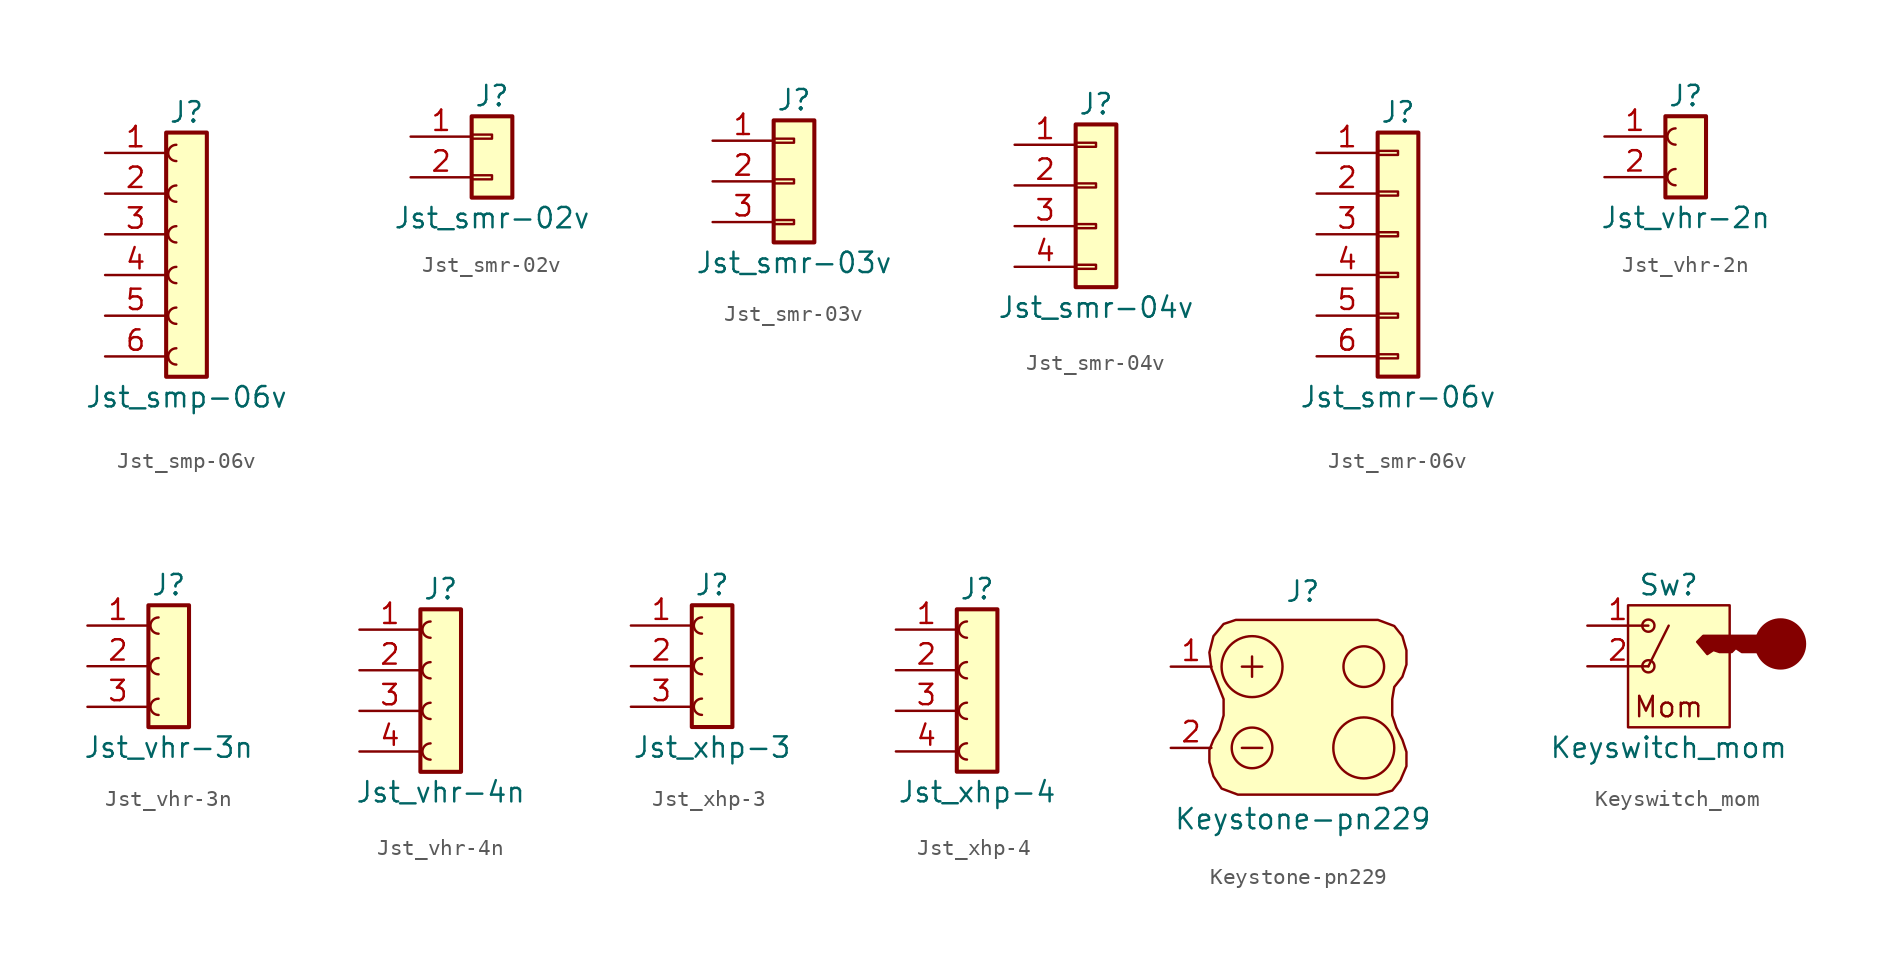
<source format=kicad_sym>
(kicad_symbol_lib
  (version 20220914)
  (generator kicad_symbol_editor)
  (symbol "Jst_smp-06v"
    (pin_names
      (offset 1.016) hide)
    (property "Reference" "J"
      (at 0 8.89 0)
      (effects (font (size 1.27 1.27))))
    (property "Value" "Jst_smp-06v"
      (at 0 -8.89 0)
      (effects (font (size 1.27 1.27))))
    (symbol "Jst_smp-06v_1_1"
      (rectangle (start -1.27 7.62) (end 1.27 -7.62) (stroke (width 0.254) (type default)) (fill (type background)))
      (arc (start -0.635 -5.842) (mid -1.1408 -6.35) (end -0.635 -6.858) (stroke (width 0) (type default)) (fill (type none)))
      (arc (start -0.635 -3.302) (mid -1.1408 -3.81) (end -0.635 -4.318) (stroke (width 0) (type default)) (fill (type none)))
      (arc (start -0.635 -0.762) (mid -1.1408 -1.27) (end -0.635 -1.778) (stroke (width 0) (type default)) (fill (type none)))
      (arc (start -0.635 1.778) (mid -1.1408 1.27) (end -0.635 0.762) (stroke (width 0) (type default)) (fill (type none)))
      (arc (start -0.635 4.318) (mid -1.1408 3.81) (end -0.635 3.302) (stroke (width 0) (type default)) (fill (type none)))
      (arc (start -0.635 6.858) (mid -1.1408 6.35) (end -0.635 5.842) (stroke (width 0) (type default)) (fill (type none)))
      (pin passive line (at -5.08 6.35 0) (length 3.81) (name "Pin_1" (effects (font (size 1.27 1.27)))) (number "1" (effects (font (size 1.27 1.27)))))
      (pin passive line (at -5.08 3.81 0) (length 3.81) (name "Pin_2" (effects (font (size 1.27 1.27)))) (number "2" (effects (font (size 1.27 1.27)))))
      (pin passive line (at -5.08 1.27 0) (length 3.81) (name "Pin_3" (effects (font (size 1.27 1.27)))) (number "3" (effects (font (size 1.27 1.27)))))
      (pin passive line (at -5.08 -1.27 0) (length 3.81) (name "Pin_4" (effects (font (size 1.27 1.27)))) (number "4" (effects (font (size 1.27 1.27)))))
      (pin passive line (at -5.08 -3.81 0) (length 3.81) (name "Pin_5" (effects (font (size 1.27 1.27)))) (number "5" (effects (font (size 1.27 1.27)))))
      (pin passive line (at -5.08 -6.35 0) (length 3.81) (name "Pin_6" (effects (font (size 1.27 1.27)))) (number "6" (effects (font (size 1.27 1.27)))))))
  (symbol "Jst_smr-02v"
    (pin_names
      (offset 1.016) hide)
    (property "Reference" "J"
      (at 0 5.08 0)
      (effects (font (size 1.27 1.27))))
    (property "Value" "Jst_smr-02v"
      (at 0 -2.54 0)
      (effects (font (size 1.27 1.27))))
    (symbol "Jst_smr-02v_1_1"
      (rectangle (start -1.27 0.127) (end 0 -0.127) (stroke (width 0.152) (type default)) (fill (type none)))
      (rectangle (start -1.27 2.667) (end 0 2.413) (stroke (width 0.152) (type default)) (fill (type none)))
      (rectangle (start -1.27 3.81) (end 1.27 -1.27) (stroke (width 0.254) (type default)) (fill (type background)))
      (pin passive line (at -5.08 2.54 0) (length 3.81) (name "Pin_1" (effects (font (size 1.27 1.27)))) (number "1" (effects (font (size 1.27 1.27)))))
      (pin passive line (at -5.08 0 0) (length 3.81) (name "Pin_2" (effects (font (size 1.27 1.27)))) (number "2" (effects (font (size 1.27 1.27)))))))
  (symbol "Jst_smr-03v"
    (pin_names
      (offset 1.016) hide)
    (property "Reference" "J"
      (at 0 5.08 0)
      (effects (font (size 1.27 1.27))))
    (property "Value" "Jst_smr-03v"
      (at 0 -5.08 0)
      (effects (font (size 1.27 1.27))))
    (symbol "Jst_smr-03v_1_1"
      (rectangle (start -1.27 -2.413) (end 0 -2.667) (stroke (width 0.152) (type default)) (fill (type none)))
      (rectangle (start -1.27 0.127) (end 0 -0.127) (stroke (width 0.152) (type default)) (fill (type none)))
      (rectangle (start -1.27 2.667) (end 0 2.413) (stroke (width 0.152) (type default)) (fill (type none)))
      (rectangle (start -1.27 3.81) (end 1.27 -3.81) (stroke (width 0.254) (type default)) (fill (type background)))
      (pin passive line (at -5.08 2.54 0) (length 3.81) (name "Pin_1" (effects (font (size 1.27 1.27)))) (number "1" (effects (font (size 1.27 1.27)))))
      (pin passive line (at -5.08 0 0) (length 3.81) (name "Pin_2" (effects (font (size 1.27 1.27)))) (number "2" (effects (font (size 1.27 1.27)))))
      (pin passive line (at -5.08 -2.54 0) (length 3.81) (name "Pin_3" (effects (font (size 1.27 1.27)))) (number "3" (effects (font (size 1.27 1.27)))))))
  (symbol "Jst_smr-04v"
    (pin_names
      (offset 1.016) hide)
    (property "Reference" "J"
      (at 0 6.35 0)
      (effects (font (size 1.27 1.27))))
    (property "Value" "Jst_smr-04v"
      (at 0 -6.35 0)
      (effects (font (size 1.27 1.27))))
    (symbol "Jst_smr-04v_1_1"
      (rectangle (start -1.27 -3.683) (end 0 -3.937) (stroke (width 0.152) (type default)) (fill (type none)))
      (rectangle (start -1.27 -1.143) (end 0 -1.397) (stroke (width 0.152) (type default)) (fill (type none)))
      (rectangle (start -1.27 1.397) (end 0 1.143) (stroke (width 0.152) (type default)) (fill (type none)))
      (rectangle (start -1.27 3.937) (end 0 3.683) (stroke (width 0.152) (type default)) (fill (type none)))
      (rectangle (start -1.27 5.08) (end 1.27 -5.08) (stroke (width 0.254) (type default)) (fill (type background)))
      (pin passive line (at -5.08 3.81 0) (length 3.81) (name "Pin_1" (effects (font (size 1.27 1.27)))) (number "1" (effects (font (size 1.27 1.27)))))
      (pin passive line (at -5.08 1.27 0) (length 3.81) (name "Pin_2" (effects (font (size 1.27 1.27)))) (number "2" (effects (font (size 1.27 1.27)))))
      (pin passive line (at -5.08 -1.27 0) (length 3.81) (name "Pin_3" (effects (font (size 1.27 1.27)))) (number "3" (effects (font (size 1.27 1.27)))))
      (pin passive line (at -5.08 -3.81 0) (length 3.81) (name "Pin_4" (effects (font (size 1.27 1.27)))) (number "4" (effects (font (size 1.27 1.27)))))))
  (symbol "Jst_smr-06v"
    (pin_names
      (offset 1.016) hide)
    (property "Reference" "J"
      (at 0 8.89 0)
      (effects (font (size 1.27 1.27))))
    (property "Value" "Jst_smr-06v"
      (at 0 -8.89 0)
      (effects (font (size 1.27 1.27))))
    (symbol "Jst_smr-06v_1_1"
      (rectangle (start -1.27 -6.223) (end 0 -6.477) (stroke (width 0.152) (type default)) (fill (type none)))
      (rectangle (start -1.27 -3.683) (end 0 -3.937) (stroke (width 0.152) (type default)) (fill (type none)))
      (rectangle (start -1.27 -1.143) (end 0 -1.397) (stroke (width 0.152) (type default)) (fill (type none)))
      (rectangle (start -1.27 1.397) (end 0 1.143) (stroke (width 0.152) (type default)) (fill (type none)))
      (rectangle (start -1.27 3.937) (end 0 3.683) (stroke (width 0.152) (type default)) (fill (type none)))
      (rectangle (start -1.27 6.477) (end 0 6.223) (stroke (width 0.152) (type default)) (fill (type none)))
      (rectangle (start -1.27 7.62) (end 1.27 -7.62) (stroke (width 0.254) (type default)) (fill (type background)))
      (pin passive line (at -5.08 6.35 0) (length 3.81) (name "Pin_1" (effects (font (size 1.27 1.27)))) (number "1" (effects (font (size 1.27 1.27)))))
      (pin passive line (at -5.08 3.81 0) (length 3.81) (name "Pin_2" (effects (font (size 1.27 1.27)))) (number "2" (effects (font (size 1.27 1.27)))))
      (pin passive line (at -5.08 1.27 0) (length 3.81) (name "Pin_3" (effects (font (size 1.27 1.27)))) (number "3" (effects (font (size 1.27 1.27)))))
      (pin passive line (at -5.08 -1.27 0) (length 3.81) (name "Pin_4" (effects (font (size 1.27 1.27)))) (number "4" (effects (font (size 1.27 1.27)))))
      (pin passive line (at -5.08 -3.81 0) (length 3.81) (name "Pin_5" (effects (font (size 1.27 1.27)))) (number "5" (effects (font (size 1.27 1.27)))))
      (pin passive line (at -5.08 -6.35 0) (length 3.81) (name "Pin_6" (effects (font (size 1.27 1.27)))) (number "6" (effects (font (size 1.27 1.27)))))))
  (symbol "Jst_vhr-2n"
    (pin_names
      (offset 1.016) hide)
    (property "Reference" "J"
      (at 0 5.08 0)
      (effects (font (size 1.27 1.27))))
    (property "Value" "Jst_vhr-2n"
      (at 0 -2.54 0)
      (effects (font (size 1.27 1.27))))
    (symbol "Jst_vhr-2n_1_1"
      (rectangle (start -1.27 3.81) (end 1.27 -1.27) (stroke (width 0.254) (type default)) (fill (type background)))
      (arc (start -0.635 0.508) (mid -1.1408 0) (end -0.635 -0.508) (stroke (width 0) (type default)) (fill (type none)))
      (arc (start -0.635 3.048) (mid -1.1408 2.54) (end -0.635 2.032) (stroke (width 0) (type default)) (fill (type none)))
      (pin passive line (at -5.08 2.54 0) (length 3.81) (name "Pin_1" (effects (font (size 1.27 1.27)))) (number "1" (effects (font (size 1.27 1.27)))))
      (pin passive line (at -5.08 0 0) (length 3.81) (name "Pin_2" (effects (font (size 1.27 1.27)))) (number "2" (effects (font (size 1.27 1.27)))))))
  (symbol "Jst_vhr-3n"
    (pin_names
      (offset 1.016) hide)
    (property "Reference" "J"
      (at 0 5.08 0)
      (effects (font (size 1.27 1.27))))
    (property "Value" "Jst_vhr-3n"
      (at 0 -5.08 0)
      (effects (font (size 1.27 1.27))))
    (symbol "Jst_vhr-3n_1_1"
      (rectangle (start -1.27 3.81) (end 1.27 -3.81) (stroke (width 0.254) (type default)) (fill (type background)))
      (arc (start -0.635 -2.032) (mid -1.1408 -2.54) (end -0.635 -3.048) (stroke (width 0) (type default)) (fill (type none)))
      (arc (start -0.635 0.508) (mid -1.1408 0) (end -0.635 -0.508) (stroke (width 0) (type default)) (fill (type none)))
      (arc (start -0.635 3.048) (mid -1.1408 2.54) (end -0.635 2.032) (stroke (width 0) (type default)) (fill (type none)))
      (pin passive line (at -5.08 2.54 0) (length 3.81) (name "Pin_1" (effects (font (size 1.27 1.27)))) (number "1" (effects (font (size 1.27 1.27)))))
      (pin passive line (at -5.08 0 0) (length 3.81) (name "Pin_2" (effects (font (size 1.27 1.27)))) (number "2" (effects (font (size 1.27 1.27)))))
      (pin passive line (at -5.08 -2.54 0) (length 3.81) (name "Pin_3" (effects (font (size 1.27 1.27)))) (number "3" (effects (font (size 1.27 1.27)))))))
  (symbol "Jst_vhr-4n"
    (pin_names
      (offset 1.016) hide)
    (property "Reference" "J"
      (at 0 5.08 0)
      (effects (font (size 1.27 1.27))))
    (property "Value" "Jst_vhr-4n"
      (at 0 -7.62 0)
      (effects (font (size 1.27 1.27))))
    (symbol "Jst_vhr-4n_1_1"
      (rectangle (start -1.27 3.81) (end 1.27 -6.35) (stroke (width 0.254) (type default)) (fill (type background)))
      (arc (start -0.635 -4.572) (mid -1.1408 -5.08) (end -0.635 -5.588) (stroke (width 0) (type default)) (fill (type none)))
      (arc (start -0.635 -2.032) (mid -1.1408 -2.54) (end -0.635 -3.048) (stroke (width 0) (type default)) (fill (type none)))
      (arc (start -0.635 0.508) (mid -1.1408 0) (end -0.635 -0.508) (stroke (width 0) (type default)) (fill (type none)))
      (arc (start -0.635 3.048) (mid -1.1408 2.54) (end -0.635 2.032) (stroke (width 0) (type default)) (fill (type none)))
      (pin passive line (at -5.08 2.54 0) (length 3.81) (name "Pin_1" (effects (font (size 1.27 1.27)))) (number "1" (effects (font (size 1.27 1.27)))))
      (pin passive line (at -5.08 0 0) (length 3.81) (name "Pin_2" (effects (font (size 1.27 1.27)))) (number "2" (effects (font (size 1.27 1.27)))))
      (pin passive line (at -5.08 -2.54 0) (length 3.81) (name "Pin_3" (effects (font (size 1.27 1.27)))) (number "3" (effects (font (size 1.27 1.27)))))
      (pin passive line (at -5.08 -5.08 0) (length 3.81) (name "Pin_4" (effects (font (size 1.27 1.27)))) (number "4" (effects (font (size 1.27 1.27)))))))
  (symbol "Jst_xhp-3"
    (pin_names
      (offset 1.016) hide)
    (property "Reference" "J"
      (at 0 5.08 0)
      (effects (font (size 1.27 1.27))))
    (property "Value" "Jst_xhp-3"
      (at 0 -5.08 0)
      (effects (font (size 1.27 1.27))))
    (symbol "Jst_xhp-3_1_1"
      (rectangle (start -1.27 3.81) (end 1.27 -3.81) (stroke (width 0.254) (type default)) (fill (type background)))
      (arc (start -0.635 -2.032) (mid -1.1408 -2.54) (end -0.635 -3.048) (stroke (width 0) (type default)) (fill (type none)))
      (arc (start -0.635 0.508) (mid -1.1408 0) (end -0.635 -0.508) (stroke (width 0) (type default)) (fill (type none)))
      (arc (start -0.635 3.048) (mid -1.1408 2.54) (end -0.635 2.032) (stroke (width 0) (type default)) (fill (type none)))
      (pin passive line (at -5.08 2.54 0) (length 3.81) (name "Pin_1" (effects (font (size 1.27 1.27)))) (number "1" (effects (font (size 1.27 1.27)))))
      (pin passive line (at -5.08 0 0) (length 3.81) (name "Pin_2" (effects (font (size 1.27 1.27)))) (number "2" (effects (font (size 1.27 1.27)))))
      (pin passive line (at -5.08 -2.54 0) (length 3.81) (name "Pin_3" (effects (font (size 1.27 1.27)))) (number "3" (effects (font (size 1.27 1.27)))))))
  (symbol "Jst_xhp-4"
    (pin_names
      (offset 1.016) hide)
    (property "Reference" "J"
      (at 0 6.35 0)
      (effects (font (size 1.27 1.27))))
    (property "Value" "Jst_xhp-4"
      (at 0 -6.35 0)
      (effects (font (size 1.27 1.27))))
    (symbol "Jst_xhp-4_1_1"
      (rectangle (start -1.27 5.08) (end 1.27 -5.08) (stroke (width 0.254) (type default)) (fill (type background)))
      (arc (start -0.635 -3.302) (mid -1.1408 -3.81) (end -0.635 -4.318) (stroke (width 0) (type default)) (fill (type none)))
      (arc (start -0.635 -0.762) (mid -1.1408 -1.27) (end -0.635 -1.778) (stroke (width 0) (type default)) (fill (type none)))
      (arc (start -0.635 1.778) (mid -1.1408 1.27) (end -0.635 0.762) (stroke (width 0) (type default)) (fill (type none)))
      (arc (start -0.635 4.318) (mid -1.1408 3.81) (end -0.635 3.302) (stroke (width 0) (type default)) (fill (type none)))
      (pin passive line (at -5.08 3.81 0) (length 3.81) (name "Pin_1" (effects (font (size 1.27 1.27)))) (number "1" (effects (font (size 1.27 1.27)))))
      (pin passive line (at -5.08 1.27 0) (length 3.81) (name "Pin_2" (effects (font (size 1.27 1.27)))) (number "2" (effects (font (size 1.27 1.27)))))
      (pin passive line (at -5.08 -1.27 0) (length 3.81) (name "Pin_3" (effects (font (size 1.27 1.27)))) (number "3" (effects (font (size 1.27 1.27)))))
      (pin passive line (at -5.08 -3.81 0) (length 3.81) (name "Pin_4" (effects (font (size 1.27 1.27)))) (number "4" (effects (font (size 1.27 1.27)))))))
  (symbol "Keystone-pn229"
    (pin_names
      (offset 1.016) hide)
    (property "Reference" "J"
      (at 0.635 7.239 0)
      (effects (font (size 1.27 1.27))))
    (property "Value" "Keystone-pn229"
      (at 0.635 -6.985 0)
      (effects (font (size 1.27 1.27))))
    (symbol "Keystone-pn229_0_0"
      (polyline (pts (xy -3.175 -2.54) (xy -1.905 -2.54)) (stroke (width 0) (type default)) (fill (type none)))
      (polyline (pts (xy -3.175 2.54) (xy -1.905 2.54)) (stroke (width 0) (type default)) (fill (type none)))
      (polyline (pts (xy -2.54 3.175) (xy -2.54 1.905)) (stroke (width 0) (type default)) (fill (type none))))
    (symbol "Keystone-pn229_0_1"
      (circle (center -2.54 -2.54) (radius 1.27) (stroke (width 0) (type default)) (fill (type none)))
      (circle (center -2.54 2.54) (radius 1.905) (stroke (width 0) (type default)) (fill (type none)))
      (polyline (pts (xy -3.556 5.461) (xy -4.318 5.207) (xy -4.953 4.445) (xy -5.207 3.429) (xy -5.08 2.413) (xy -4.826 1.778) (xy -4.572 1.143) (xy -4.318 0.508) (xy -4.318 -0.508) (xy -4.572 -1.397) (xy -4.953 -2.032) (xy -5.207 -2.667) (xy -5.207 -3.429) (xy -4.953 -4.318) (xy -4.445 -5.08) (xy -3.429 -5.461) (xy 5.334 -5.461) (xy 6.223 -5.207) (xy 6.731 -4.572) (xy 7.112 -3.683) (xy 7.112 -2.794) (xy 6.858 -2.032) (xy 6.477 -1.27) (xy 6.223 -0.508) (xy 6.223 0.508) (xy 6.35 1.27) (xy 6.858 1.905) (xy 7.112 2.667) (xy 7.112 3.556) (xy 6.858 4.445) (xy 6.35 5.08) (xy 5.334 5.461) (xy -3.556 5.461)) (stroke (width 0) (type default)) (fill (type background)))
      (circle (center 4.445 2.54) (radius 1.27) (stroke (width 0) (type default)) (fill (type none))))
    (symbol "Keystone-pn229_1_1"
      (circle (center 4.445 -2.54) (radius 1.905) (stroke (width 0) (type default)) (fill (type none)))
      (pin passive line (at -7.62 2.54 0) (length 2.54) (name "Pos" (effects (font (size 1.27 1.27)))) (number "1" (effects (font (size 1.27 1.27)))))
      (pin passive line (at -7.62 -2.54 0) (length 2.54) (name "Neg" (effects (font (size 1.27 1.27)))) (number "2" (effects (font (size 1.27 1.27)))))))
  (symbol "Keyswitch_mom"
    (pin_names
      (offset 1.016) hide)
    (property "Reference" "Sw"
      (at 5.08 2.54 0)
      (effects (font (size 1.27 1.27))))
    (property "Value" "Keyswitch_mom"
      (at 5.08 -7.62 0)
      (effects (font (size 1.27 1.27))))
    (symbol "Keyswitch_mom_0_0"
      (polyline (pts (xy 3.81 -2.54) (xy 5.08 0)) (stroke (width 0.152) (type default)) (fill (type none)))
      (polyline (pts (xy 10.795 -0.635) (xy 7.239 -0.635) (xy 6.858 -1.016) (xy 7.493 -1.778) (xy 7.874 -1.524) (xy 8.255 -1.651) (xy 9.017 -1.651) (xy 9.271 -1.397) (xy 9.652 -1.651) (xy 10.795 -1.651) (xy 10.795 -0.635)) (stroke (width 0.152) (type default)) (fill (type outline)))
      (circle (center 12.065 -1.143) (radius 1.529) (stroke (width 0.152) (type default)) (fill (type outline)))
      (text "Mom" (at 5.08 -5.08 0) (effects (font (size 1.27 1.27)))))
    (symbol "Keyswitch_mom_0_1"
      (rectangle (start 2.54 1.27) (end 8.89 -6.35) (stroke (width 0) (type default)) (fill (type background)))
      (circle (center 3.81 -2.54) (radius 0.381) (stroke (width 0) (type default)) (fill (type none)))
      (circle (center 3.81 0) (radius 0.381) (stroke (width 0) (type default)) (fill (type none))))
    (symbol "Keyswitch_mom_1_1"
      (pin passive line (at 0 0 0) (length 3.81) (name "pin_1" (effects (font (size 1.27 1.27)))) (number "1" (effects (font (size 1.27 1.27)))))
      (pin passive line (at 0 -2.54 0) (length 3.81) (name "pin_2" (effects (font (size 1.27 1.27)))) (number "2" (effects (font (size 1.27 1.27))))))))
</source>
